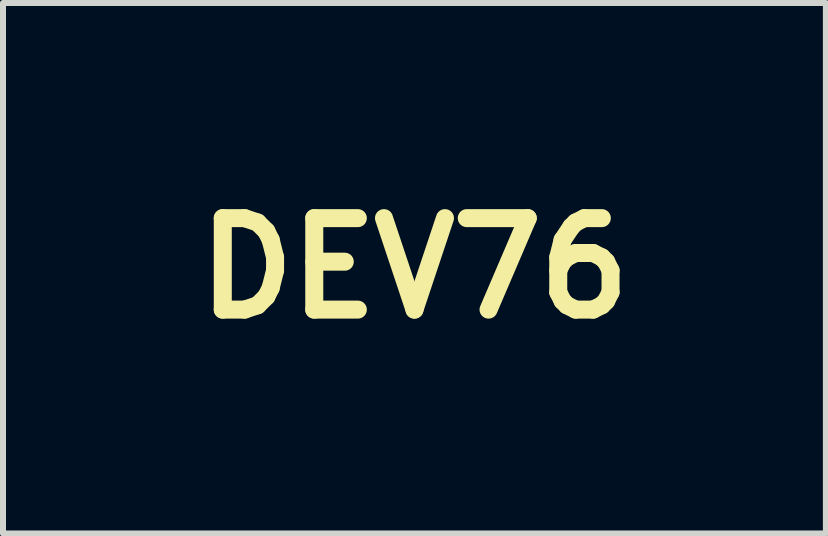
<source format=kicad_pcb>
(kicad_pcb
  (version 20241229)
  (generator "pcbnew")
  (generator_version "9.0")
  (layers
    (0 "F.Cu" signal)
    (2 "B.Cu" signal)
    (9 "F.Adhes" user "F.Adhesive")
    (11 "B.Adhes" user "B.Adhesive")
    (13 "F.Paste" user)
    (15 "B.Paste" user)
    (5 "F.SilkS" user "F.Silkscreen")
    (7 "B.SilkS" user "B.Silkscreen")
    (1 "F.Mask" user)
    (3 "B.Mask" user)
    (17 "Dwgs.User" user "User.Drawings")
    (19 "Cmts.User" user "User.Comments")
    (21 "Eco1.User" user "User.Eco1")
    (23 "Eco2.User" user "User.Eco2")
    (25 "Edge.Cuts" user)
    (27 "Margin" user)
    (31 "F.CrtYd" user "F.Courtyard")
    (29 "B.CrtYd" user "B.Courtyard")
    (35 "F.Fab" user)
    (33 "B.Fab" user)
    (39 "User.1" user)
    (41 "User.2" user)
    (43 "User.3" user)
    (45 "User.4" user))
  (footprint "DEV76"
    (layer "F.Cu")
    (at 3.854 1.418)
    (property "Reference" "DEV76" (at 0 0 0) (layer "F.SilkS") (effects (font (size 1.524 1.524) (thickness 0.3))))
    (attr through_hole)
    (fp_poly (pts (xy -0.373 -0.439) (xy -0.336 -0.439) (xy -0.301 -0.439) (xy -0.269 -0.439) (xy -0.24 -0.439) (xy -0.214 -0.438) (xy -0.193 -0.438) (xy -0.175 -0.438) (xy -0.163 -0.437) (xy -0.156 -0.437) (xy -0.154 -0.437) (xy -0.153 -0.433) (xy -0.152 -0.425) (xy -0.15 -0.411) (xy -0.147 -0.394) (xy -0.143 -0.374) (xy -0.14 -0.351) (xy -0.136 -0.326) (xy -0.136 -0.325) (xy -0.132 -0.3) (xy -0.128 -0.277) (xy -0.125 -0.255) (xy -0.122 -0.237) (xy -0.12 -0.222) (xy -0.118 -0.212) (xy -0.118 -0.207) (xy -0.116 -0.197) (xy -0.359 -0.197) (xy -0.359 0.024) (xy -0.231 0.024) (xy -0.204 0.024) (xy -0.178 0.024) (xy -0.155 0.024) (xy -0.135 0.024) (xy -0.119 0.024) (xy -0.107 0.024) (xy -0.1 0.024) (xy -0.099 0.024) (xy -0.092 0.025) (xy -0.091 0.026) (xy -0.089 0.03) (xy -0.087 0.038) (xy -0.084 0.052) (xy -0.081 0.069) (xy -0.077 0.09) (xy -0.073 0.114) (xy -0.07 0.133) (xy -0.066 0.158) (xy -0.063 0.181) (xy -0.059 0.201) (xy -0.057 0.219) (xy -0.054 0.233) (xy -0.053 0.242) (xy -0.052 0.246) (xy -0.05 0.254) (xy -0.359 0.254) (xy -0.359 0.514) (xy -0.012 0.514) (xy -0.011 0.521) (xy -0.01 0.526) (xy -0.008 0.535) (xy -0.007 0.549) (xy -0.004 0.567) (xy -0.002 0.587) (xy 0.001 0.609) (xy 0.004 0.631) (xy 0.007 0.654) (xy 0.01 0.676) (xy 0.012 0.696) (xy 0.014 0.715) (xy 0.016 0.729) (xy 0.017 0.74) (xy 0.018 0.746) (xy 0.018 0.747) (xy 0.018 0.753) (xy -0.669 0.753) (xy -0.669 -0.439) (xy -0.413 -0.439) (xy -0.373 -0.439)) (stroke (width 0.01) (type solid)) (fill yes) (layer "F.Mask"))
    (fp_poly (pts (xy 1.069 -0.722) (xy 1.068 -0.717) (xy 1.066 -0.706) (xy 1.064 -0.689) (xy 1.061 -0.668) (xy 1.058 -0.643) (xy 1.054 -0.613) (xy 1.05 -0.579) (xy 1.045 -0.541) (xy 1.039 -0.5) (xy 1.033 -0.457) (xy 1.027 -0.41) (xy 1.021 -0.361) (xy 1.014 -0.31) (xy 1.007 -0.257) (xy 1 -0.203) (xy 0.993 -0.147) (xy 0.985 -0.091) (xy 0.978 -0.034) (xy 0.97 0.023) (xy 0.963 0.08) (xy 0.955 0.137) (xy 0.948 0.193) (xy 0.941 0.248) (xy 0.933 0.301) (xy 0.927 0.353) (xy 0.92 0.404) (xy 0.914 0.451) (xy 0.908 0.497) (xy 0.902 0.539) (xy 0.897 0.579) (xy 0.892 0.615) (xy 0.888 0.647) (xy 0.884 0.675) (xy 0.881 0.699) (xy 0.879 0.718) (xy 0.877 0.732) (xy 0.876 0.74) (xy 0.876 0.743) (xy 0.875 0.744) (xy 0.871 0.745) (xy 0.865 0.745) (xy 0.856 0.746) (xy 0.843 0.746) (xy 0.826 0.747) (xy 0.804 0.747) (xy 0.778 0.747) (xy 0.746 0.747) (xy 0.726 0.747) (xy 0.577 0.747) (xy 0.578 0.74) (xy 0.579 0.736) (xy 0.58 0.727) (xy 0.582 0.713) (xy 0.585 0.694) (xy 0.588 0.67) (xy 0.592 0.643) (xy 0.596 0.613) (xy 0.601 0.579) (xy 0.606 0.544) (xy 0.611 0.506) (xy 0.617 0.466) (xy 0.617 0.463) (xy 0.624 0.417) (xy 0.63 0.369) (xy 0.637 0.319) (xy 0.644 0.268) (xy 0.651 0.217) (xy 0.658 0.167) (xy 0.665 0.119) (xy 0.671 0.073) (xy 0.677 0.032) (xy 0.682 -0.004) (xy 0.683 -0.009) (xy 0.688 -0.048) (xy 0.694 -0.089) (xy 0.7 -0.13) (xy 0.705 -0.172) (xy 0.711 -0.213) (xy 0.717 -0.252) (xy 0.721 -0.287) (xy 0.726 -0.319) (xy 0.729 -0.342) (xy 0.733 -0.37) (xy 0.736 -0.396) (xy 0.74 -0.419) (xy 0.743 -0.44) (xy 0.745 -0.457) (xy 0.747 -0.47) (xy 0.748 -0.478) (xy 0.749 -0.48) (xy 0.75 -0.487) (xy 0.37 -0.487) (xy 0.372 -0.501) (xy 0.373 -0.508) (xy 0.374 -0.519) (xy 0.375 -0.535) (xy 0.377 -0.553) (xy 0.379 -0.574) (xy 0.381 -0.596) (xy 0.383 -0.619) (xy 0.384 -0.642) (xy 0.386 -0.664) (xy 0.388 -0.684) (xy 0.389 -0.701) (xy 0.39 -0.715) (xy 0.391 -0.725) (xy 0.391 -0.73) (xy 0.391 -0.73) (xy 0.392 -0.73) (xy 0.392 -0.731) (xy 0.394 -0.732) (xy 0.396 -0.732) (xy 0.401 -0.733) (xy 0.407 -0.733) (xy 0.415 -0.734) (xy 0.425 -0.734) (xy 0.439 -0.734) (xy 0.455 -0.735) (xy 0.475 -0.735) (xy 0.499 -0.735) (xy 0.526 -0.735) (xy 0.559 -0.735) (xy 0.595 -0.735) (xy 0.637 -0.735) (xy 0.685 -0.735) (xy 0.731 -0.735) (xy 1.07 -0.735) (xy 1.069 -0.722)) (stroke (width 0.01) (type solid)) (fill yes) (layer "F.Mask"))
    (fp_poly (pts (xy -0.712 0.158) (xy -0.711 0.753) (xy -1.082 0.753) (xy -1.082 0.684) (xy -1.099 0.699) (xy -1.129 0.724) (xy -1.161 0.743) (xy -1.195 0.757) (xy -1.229 0.766) (xy -1.264 0.77) (xy -1.298 0.769) (xy -1.312 0.766) (xy -1.34 0.759) (xy -1.364 0.749) (xy -1.387 0.735) (xy -1.409 0.716) (xy -1.413 0.713) (xy -1.427 0.699) (xy -1.437 0.685) (xy -1.445 0.671) (xy -1.449 0.663) (xy -1.452 0.654) (xy -1.455 0.645) (xy -1.458 0.634) (xy -1.46 0.622) (xy -1.462 0.609) (xy -1.464 0.593) (xy -1.466 0.575) (xy -1.467 0.554) (xy -1.468 0.53) (xy -1.469 0.502) (xy -1.469 0.471) (xy -1.47 0.436) (xy -1.47 0.396) (xy -1.47 0.351) (xy -1.47 0.301) (xy -1.47 0.265) (xy -1.171 0.265) (xy -1.171 0.302) (xy -1.171 0.338) (xy -1.171 0.373) (xy -1.171 0.406) (xy -1.171 0.437) (xy -1.17 0.465) (xy -1.17 0.49) (xy -1.17 0.511) (xy -1.169 0.528) (xy -1.169 0.54) (xy -1.168 0.545) (xy -1.166 0.563) (xy -1.162 0.576) (xy -1.157 0.585) (xy -1.149 0.591) (xy -1.139 0.594) (xy -1.134 0.595) (xy -1.125 0.595) (xy -1.114 0.593) (xy -1.104 0.59) (xy -1.099 0.586) (xy -1.095 0.581) (xy -1.091 0.572) (xy -1.088 0.565) (xy -1.088 0.562) (xy -1.087 0.558) (xy -1.086 0.553) (xy -1.086 0.547) (xy -1.085 0.539) (xy -1.085 0.53) (xy -1.084 0.517) (xy -1.084 0.502) (xy -1.084 0.483) (xy -1.084 0.461) (xy -1.083 0.436) (xy -1.083 0.405) (xy -1.083 0.37) (xy -1.083 0.33) (xy -1.083 0.285) (xy -1.083 0.261) (xy -1.083 0.212) (xy -1.083 0.169) (xy -1.083 0.13) (xy -1.083 0.097) (xy -1.084 0.068) (xy -1.084 0.043) (xy -1.084 0.022) (xy -1.085 0.005) (xy -1.085 -0.01) (xy -1.086 -0.021) (xy -1.087 -0.031) (xy -1.088 -0.038) (xy -1.089 -0.043) (xy -1.091 -0.047) (xy -1.092 -0.05) (xy -1.094 -0.053) (xy -1.097 -0.055) (xy -1.098 -0.057) (xy -1.107 -0.062) (xy -1.12 -0.065) (xy -1.134 -0.065) (xy -1.145 -0.063) (xy -1.154 -0.058) (xy -1.161 -0.05) (xy -1.165 -0.037) (xy -1.168 -0.02) (xy -1.169 -0.013) (xy -1.169 -0.001) (xy -1.17 0.016) (xy -1.17 0.038) (xy -1.17 0.064) (xy -1.171 0.092) (xy -1.171 0.124) (xy -1.171 0.157) (xy -1.171 0.192) (xy -1.171 0.229) (xy -1.171 0.265) (xy -1.47 0.265) (xy -1.47 0.246) (xy -1.469 0.222) (xy -1.469 0.172) (xy -1.469 0.128) (xy -1.469 0.089) (xy -1.468 0.055) (xy -1.468 0.025) (xy -1.467 -0.000401) (xy -1.467 -0.022) (xy -1.466 -0.041) (xy -1.465 -0.057) (xy -1.464 -0.071) (xy -1.463 -0.083) (xy -1.462 -0.092) (xy -1.46 -0.101) (xy -1.458 -0.109) (xy -1.456 -0.116) (xy -1.454 -0.123) (xy -1.453 -0.127) (xy -1.442 -0.15) (xy -1.425 -0.172) (xy -1.405 -0.192) (xy -1.381 -0.209) (xy -1.354 -0.223) (xy -1.325 -0.233) (xy -1.325 -0.234) (xy -1.303 -0.238) (xy -1.278 -0.24) (xy -1.251 -0.24) (xy -1.226 -0.238) (xy -1.209 -0.235) (xy -1.185 -0.228) (xy -1.16 -0.217) (xy -1.135 -0.204) (xy -1.113 -0.19) (xy -1.103 -0.183) (xy -1.082 -0.164) (xy -1.08 -0.438) (xy -0.713 -0.438) (xy -0.712 0.158)) (stroke (width 0.01) (type solid)) (fill yes) (layer "F.Mask"))
    (fp_poly (pts (xy 0.049 -0.439) (xy 0.076 -0.439) (xy 0.103 -0.439) (xy 0.127 -0.439) (xy 0.15 -0.439) (xy 0.17 -0.438) (xy 0.187 -0.438) (xy 0.2 -0.437) (xy 0.208 -0.437) (xy 0.211 -0.436) (xy 0.212 -0.432) (xy 0.213 -0.422) (xy 0.215 -0.408) (xy 0.218 -0.388) (xy 0.221 -0.364) (xy 0.224 -0.337) (xy 0.227 -0.306) (xy 0.231 -0.272) (xy 0.235 -0.236) (xy 0.239 -0.197) (xy 0.243 -0.157) (xy 0.247 -0.115) (xy 0.251 -0.073) (xy 0.256 -0.03) (xy 0.26 0.013) (xy 0.264 0.055) (xy 0.268 0.096) (xy 0.272 0.137) (xy 0.275 0.175) (xy 0.278 0.211) (xy 0.281 0.245) (xy 0.284 0.276) (xy 0.286 0.303) (xy 0.287 0.32) (xy 0.289 0.337) (xy 0.29 0.351) (xy 0.291 0.362) (xy 0.292 0.368) (xy 0.292 0.369) (xy 0.292 0.366) (xy 0.293 0.358) (xy 0.294 0.345) (xy 0.296 0.329) (xy 0.297 0.31) (xy 0.299 0.289) (xy 0.299 0.288) (xy 0.304 0.225) (xy 0.309 0.162) (xy 0.313 0.101) (xy 0.318 0.043) (xy 0.323 -0.009) (xy 0.325 -0.03) (xy 0.327 -0.055) (xy 0.329 -0.082) (xy 0.332 -0.112) (xy 0.335 -0.143) (xy 0.338 -0.175) (xy 0.341 -0.207) (xy 0.344 -0.24) (xy 0.347 -0.271) (xy 0.35 -0.302) (xy 0.353 -0.33) (xy 0.356 -0.357) (xy 0.358 -0.38) (xy 0.36 -0.4) (xy 0.361 -0.415) (xy 0.363 -0.426) (xy 0.363 -0.432) (xy 0.363 -0.433) (xy 0.365 -0.439) (xy 0.527 -0.439) (xy 0.563 -0.439) (xy 0.593 -0.439) (xy 0.617 -0.439) (xy 0.638 -0.439) (xy 0.654 -0.439) (xy 0.666 -0.439) (xy 0.675 -0.438) (xy 0.682 -0.438) (xy 0.686 -0.437) (xy 0.689 -0.436) (xy 0.69 -0.435) (xy 0.69 -0.434) (xy 0.69 -0.434) (xy 0.69 -0.43) (xy 0.689 -0.421) (xy 0.687 -0.407) (xy 0.684 -0.387) (xy 0.681 -0.363) (xy 0.677 -0.334) (xy 0.673 -0.301) (xy 0.668 -0.264) (xy 0.663 -0.224) (xy 0.657 -0.18) (xy 0.651 -0.133) (xy 0.644 -0.083) (xy 0.638 -0.03) (xy 0.63 0.024) (xy 0.623 0.081) (xy 0.615 0.139) (xy 0.613 0.159) (xy 0.605 0.217) (xy 0.597 0.274) (xy 0.59 0.329) (xy 0.583 0.382) (xy 0.576 0.433) (xy 0.57 0.481) (xy 0.564 0.526) (xy 0.559 0.567) (xy 0.554 0.606) (xy 0.549 0.64) (xy 0.545 0.67) (xy 0.542 0.696) (xy 0.539 0.717) (xy 0.537 0.733) (xy 0.536 0.744) (xy 0.535 0.749) (xy 0.535 0.749) (xy 0.534 0.75) (xy 0.53 0.751) (xy 0.524 0.751) (xy 0.514 0.752) (xy 0.501 0.752) (xy 0.485 0.752) (xy 0.464 0.753) (xy 0.439 0.753) (xy 0.409 0.753) (xy 0.374 0.753) (xy 0.333 0.753) (xy 0.299 0.753) (xy 0.063 0.753) (xy 0.062 0.743) (xy 0.061 0.739) (xy 0.06 0.73) (xy 0.057 0.715) (xy 0.054 0.695) (xy 0.051 0.671) (xy 0.046 0.643) (xy 0.041 0.61) (xy 0.036 0.575) (xy 0.03 0.536) (xy 0.024 0.495) (xy 0.018 0.451) (xy 0.011 0.406) (xy 0.004 0.359) (xy 0.001 0.344) (xy -0.006 0.292) (xy -0.014 0.239) (xy -0.022 0.185) (xy -0.031 0.131) (xy -0.039 0.078) (xy -0.046 0.026) (xy -0.054 -0.024) (xy -0.061 -0.071) (xy -0.068 -0.116) (xy -0.074 -0.157) (xy -0.079 -0.193) (xy -0.084 -0.225) (xy -0.086 -0.241) (xy -0.091 -0.274) (xy -0.096 -0.306) (xy -0.1 -0.335) (xy -0.104 -0.362) (xy -0.108 -0.385) (xy -0.11 -0.405) (xy -0.113 -0.42) (xy -0.114 -0.431) (xy -0.114 -0.436) (xy -0.114 -0.437) (xy -0.111 -0.438) (xy -0.103 -0.438) (xy -0.09 -0.438) (xy -0.072 -0.439) (xy -0.052 -0.439) (xy -0.029 -0.439) (xy -0.004 -0.439) (xy 0.022 -0.439) (xy 0.049 -0.439)) (stroke (width 0.01) (type solid)) (fill yes) (layer "F.Mask"))
    (fp_poly (pts (xy 1.247 0.017) (xy 1.263 0.017) (xy 1.276 0.018) (xy 1.287 0.019) (xy 1.296 0.021) (xy 1.297 0.022) (xy 1.326 0.032) (xy 1.351 0.046) (xy 1.371 0.064) (xy 1.386 0.085) (xy 1.397 0.11) (xy 1.399 0.118) (xy 1.4 0.128) (xy 1.401 0.142) (xy 1.402 0.158) (xy 1.402 0.175) (xy 1.402 0.191) (xy 1.401 0.203) (xy 1.4 0.208) (xy 1.398 0.218) (xy 1.315 0.218) (xy 1.293 0.218) (xy 1.273 0.218) (xy 1.257 0.218) (xy 1.243 0.217) (xy 1.234 0.217) (xy 1.23 0.216) (xy 1.23 0.216) (xy 1.23 0.212) (xy 1.231 0.204) (xy 1.232 0.192) (xy 1.233 0.183) (xy 1.235 0.169) (xy 1.236 0.157) (xy 1.236 0.148) (xy 1.236 0.144) (xy 1.231 0.134) (xy 1.222 0.128) (xy 1.212 0.125) (xy 1.201 0.126) (xy 1.19 0.131) (xy 1.181 0.139) (xy 1.175 0.15) (xy 1.175 0.15) (xy 1.173 0.155) (xy 1.172 0.165) (xy 1.169 0.179) (xy 1.166 0.196) (xy 1.164 0.214) (xy 1.161 0.234) (xy 1.158 0.253) (xy 1.155 0.27) (xy 1.153 0.285) (xy 1.151 0.297) (xy 1.151 0.305) (xy 1.15 0.306) (xy 1.152 0.307) (xy 1.157 0.303) (xy 1.163 0.297) (xy 1.179 0.284) (xy 1.199 0.272) (xy 1.222 0.265) (xy 1.234 0.262) (xy 1.261 0.261) (xy 1.286 0.265) (xy 1.31 0.273) (xy 1.331 0.285) (xy 1.348 0.302) (xy 1.362 0.322) (xy 1.362 0.322) (xy 1.365 0.329) (xy 1.367 0.335) (xy 1.369 0.342) (xy 1.37 0.35) (xy 1.37 0.362) (xy 1.37 0.377) (xy 1.37 0.382) (xy 1.369 0.404) (xy 1.367 0.429) (xy 1.364 0.457) (xy 1.36 0.486) (xy 1.356 0.515) (xy 1.351 0.544) (xy 1.346 0.571) (xy 1.34 0.595) (xy 1.335 0.616) (xy 1.329 0.632) (xy 1.327 0.637) (xy 1.319 0.652) (xy 1.308 0.668) (xy 1.294 0.684) (xy 1.281 0.697) (xy 1.278 0.699) (xy 1.262 0.71) (xy 1.243 0.721) (xy 1.222 0.73) (xy 1.202 0.738) (xy 1.195 0.74) (xy 1.184 0.742) (xy 1.168 0.744) (xy 1.149 0.745) (xy 1.129 0.746) (xy 1.11 0.746) (xy 1.092 0.746) (xy 1.079 0.745) (xy 1.075 0.744) (xy 1.043 0.736) (xy 1.016 0.726) (xy 0.993 0.712) (xy 0.975 0.695) (xy 0.961 0.674) (xy 0.95 0.65) (xy 0.948 0.642) (xy 0.945 0.634) (xy 0.944 0.625) (xy 0.943 0.616) (xy 0.942 0.61) (xy 1.111 0.61) (xy 1.111 0.619) (xy 1.112 0.624) (xy 1.114 0.628) (xy 1.117 0.631) (xy 1.127 0.636) (xy 1.139 0.636) (xy 1.15 0.632) (xy 1.151 0.631) (xy 1.156 0.627) (xy 1.16 0.623) (xy 1.164 0.617) (xy 1.168 0.609) (xy 1.171 0.599) (xy 1.174 0.586) (xy 1.177 0.569) (xy 1.181 0.547) (xy 1.185 0.521) (xy 1.186 0.508) (xy 1.191 0.476) (xy 1.194 0.45) (xy 1.197 0.428) (xy 1.198 0.41) (xy 1.198 0.397) (xy 1.196 0.387) (xy 1.194 0.38) (xy 1.189 0.376) (xy 1.184 0.373) (xy 1.177 0.372) (xy 1.173 0.372) (xy 1.161 0.374) (xy 1.152 0.379) (xy 1.144 0.39) (xy 1.141 0.397) (xy 1.139 0.404) (xy 1.136 0.416) (xy 1.133 0.432) (xy 1.129 0.451) (xy 1.126 0.472) (xy 1.122 0.495) (xy 1.119 0.518) (xy 1.116 0.54) (xy 1.114 0.56) (xy 1.112 0.578) (xy 1.111 0.592) (xy 1.111 0.597) (xy 1.111 0.61) (xy 0.942 0.61) (xy 0.942 0.605) (xy 0.942 0.592) (xy 0.943 0.578) (xy 0.945 0.56) (xy 0.947 0.539) (xy 0.95 0.514) (xy 0.954 0.484) (xy 0.959 0.45) (xy 0.964 0.415) (xy 0.97 0.37) (xy 0.976 0.33) (xy 0.982 0.295) (xy 0.986 0.264) (xy 0.99 0.238) (xy 0.994 0.216) (xy 0.998 0.197) (xy 1.001 0.181) (xy 1.005 0.167) (xy 1.008 0.156) (xy 1.011 0.146) (xy 1.015 0.137) (xy 1.019 0.129) (xy 1.019 0.129) (xy 1.027 0.114) (xy 1.034 0.103) (xy 1.042 0.092) (xy 1.053 0.081) (xy 1.058 0.076) (xy 1.082 0.056) (xy 1.11 0.039) (xy 1.143 0.026) (xy 1.146 0.025) (xy 1.156 0.022) (xy 1.165 0.02) (xy 1.174 0.018) (xy 1.185 0.017) (xy 1.198 0.017) (xy 1.215 0.017) (xy 1.225 0.017) (xy 1.247 0.017)) (stroke (width 0.01) (type solid)) (fill yes) (layer "F.Mask")))
  (gr_rect
    (start -3 -3)
    (end 10.707 5.836)
    (stroke (width 0.1) (type default))
    (fill no)
    (layer "Edge.Cuts")))
</source>
